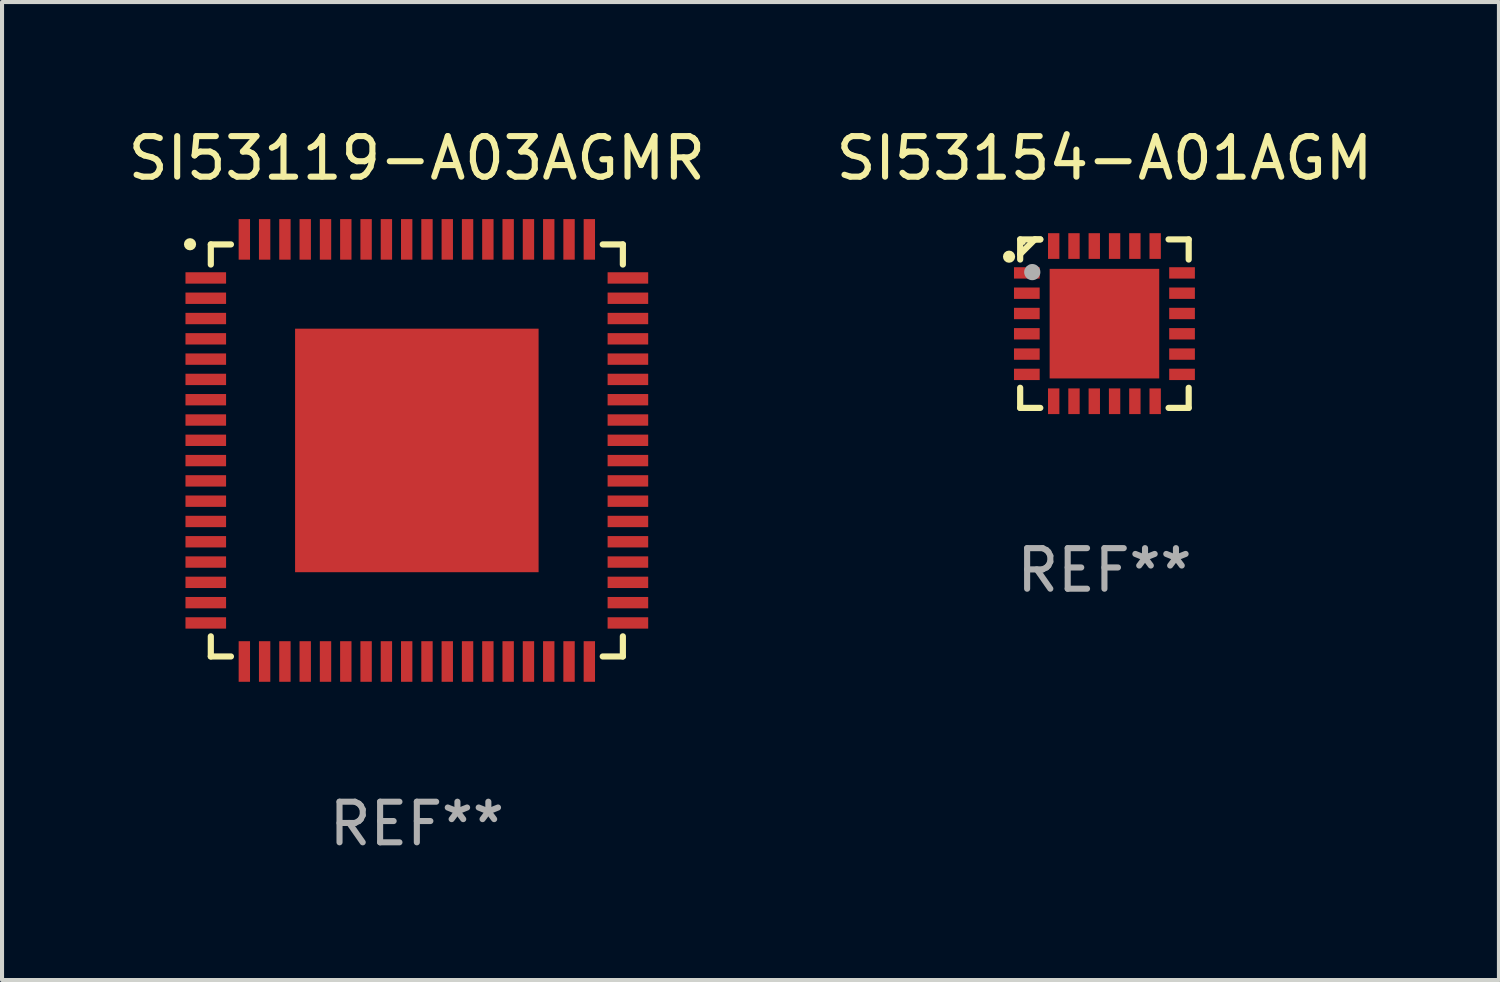
<source format=kicad_pcb>
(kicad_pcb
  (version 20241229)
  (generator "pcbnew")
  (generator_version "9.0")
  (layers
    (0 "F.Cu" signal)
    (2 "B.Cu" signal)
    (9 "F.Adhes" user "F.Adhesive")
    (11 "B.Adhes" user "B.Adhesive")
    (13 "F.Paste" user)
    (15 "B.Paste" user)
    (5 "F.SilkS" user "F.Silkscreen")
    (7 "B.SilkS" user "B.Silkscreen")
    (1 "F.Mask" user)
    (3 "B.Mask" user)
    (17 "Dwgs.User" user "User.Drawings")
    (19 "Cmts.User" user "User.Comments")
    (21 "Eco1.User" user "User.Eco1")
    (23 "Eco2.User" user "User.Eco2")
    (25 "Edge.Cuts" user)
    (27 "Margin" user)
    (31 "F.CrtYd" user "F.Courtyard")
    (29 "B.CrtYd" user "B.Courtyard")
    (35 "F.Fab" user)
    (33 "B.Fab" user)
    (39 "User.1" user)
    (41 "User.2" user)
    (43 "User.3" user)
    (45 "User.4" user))
  (footprint "SI53154-A01AGM"
    (layer "F.Cu")
    (at 24.161 4.924)
    (property "Reference" "SI53154-A01AGM" (at 0 -4.076 0) (layer "F.SilkS") (effects (font (size 1 1) (thickness 0.15))))
    (attr through_hole)
    (fp_line (start -2.076 -2.076) (end -2.076 -1.58) (stroke (width 0.152) (type solid)) (layer "F.SilkS"))
    (fp_line (start -2.076 2.076) (end -2.076 1.58) (stroke (width 0.152) (type solid)) (layer "F.SilkS"))
    (fp_line (start -1.713 -2.076) (end -2.076 -1.713) (stroke (width 0.152) (type solid)) (layer "F.SilkS"))
    (fp_line (start -1.58 -2.076) (end -2.076 -2.076) (stroke (width 0.152) (type solid)) (layer "F.SilkS"))
    (fp_line (start -1.58 -2.076) (end -1.713 -2.076) (stroke (width 0.152) (type solid)) (layer "F.SilkS"))
    (fp_line (start -1.58 2.076) (end -2.076 2.076) (stroke (width 0.152) (type solid)) (layer "F.SilkS"))
    (fp_line (start 1.58 -2.076) (end 2.076 -2.076) (stroke (width 0.152) (type solid)) (layer "F.SilkS"))
    (fp_line (start 1.58 2.076) (end 2.076 2.076) (stroke (width 0.152) (type solid)) (layer "F.SilkS"))
    (fp_line (start 2.076 -2.076) (end 2.076 -1.58) (stroke (width 0.152) (type solid)) (layer "F.SilkS"))
    (fp_line (start 2.076 2.076) (end 2.076 1.58) (stroke (width 0.152) (type solid)) (layer "F.SilkS"))
    (fp_circle (center -2.35 -1.65) (end -2.275 -1.65) (stroke (width 0.15) (type solid)) (fill no) (layer "F.SilkS"))
    (fp_circle (center -2 -2) (end -1.97 -2) (stroke (width 0.06) (type solid)) (fill no) (layer "F.SilkS"))
    (fp_circle (center -1.778 -1.27) (end -1.678 -1.27) (stroke (width 0.2) (type solid)) (fill no) (layer "F.Fab"))
    (fp_text user "REF**" (at 0 6.076 0) (layer "F.Fab") (effects (font (size 1 1) (thickness 0.15))))
    (pad "1" smd rect (at -1.912 -1.25) (size 0.633 0.28) (layers "F.Cu" "F.Mask" "F.Paste"))
    (pad "2" smd rect (at -1.912 -0.75) (size 0.633 0.28) (layers "F.Cu" "F.Mask" "F.Paste"))
    (pad "3" smd rect (at -1.912 -0.25) (size 0.633 0.28) (layers "F.Cu" "F.Mask" "F.Paste"))
    (pad "4" smd rect (at -1.912 0.25) (size 0.633 0.28) (layers "F.Cu" "F.Mask" "F.Paste"))
    (pad "5" smd rect (at -1.912 0.75) (size 0.633 0.28) (layers "F.Cu" "F.Mask" "F.Paste"))
    (pad "6" smd rect (at -1.912 1.25) (size 0.633 0.28) (layers "F.Cu" "F.Mask" "F.Paste"))
    (pad "7" smd rect (at -1.25 1.912) (size 0.28 0.633) (layers "F.Cu" "F.Mask" "F.Paste"))
    (pad "8" smd rect (at -0.75 1.912) (size 0.28 0.633) (layers "F.Cu" "F.Mask" "F.Paste"))
    (pad "9" smd rect (at -0.25 1.912) (size 0.28 0.633) (layers "F.Cu" "F.Mask" "F.Paste"))
    (pad "10" smd rect (at 0.25 1.912) (size 0.28 0.633) (layers "F.Cu" "F.Mask" "F.Paste"))
    (pad "11" smd rect (at 0.75 1.912) (size 0.28 0.633) (layers "F.Cu" "F.Mask" "F.Paste"))
    (pad "12" smd rect (at 1.25 1.912) (size 0.28 0.633) (layers "F.Cu" "F.Mask" "F.Paste"))
    (pad "13" smd rect (at 1.912 1.25) (size 0.633 0.28) (layers "F.Cu" "F.Mask" "F.Paste"))
    (pad "14" smd rect (at 1.912 0.75) (size 0.633 0.28) (layers "F.Cu" "F.Mask" "F.Paste"))
    (pad "15" smd rect (at 1.912 0.25) (size 0.633 0.28) (layers "F.Cu" "F.Mask" "F.Paste"))
    (pad "16" smd rect (at 1.912 -0.25) (size 0.633 0.28) (layers "F.Cu" "F.Mask" "F.Paste"))
    (pad "17" smd rect (at 1.912 -0.75) (size 0.633 0.28) (layers "F.Cu" "F.Mask" "F.Paste"))
    (pad "18" smd rect (at 1.912 -1.25) (size 0.633 0.28) (layers "F.Cu" "F.Mask" "F.Paste"))
    (pad "19" smd rect (at 1.25 -1.912) (size 0.28 0.633) (layers "F.Cu" "F.Mask" "F.Paste"))
    (pad "20" smd rect (at 0.75 -1.912) (size 0.28 0.633) (layers "F.Cu" "F.Mask" "F.Paste"))
    (pad "21" smd rect (at 0.25 -1.912) (size 0.28 0.633) (layers "F.Cu" "F.Mask" "F.Paste"))
    (pad "22" smd rect (at -0.25 -1.912) (size 0.28 0.633) (layers "F.Cu" "F.Mask" "F.Paste"))
    (pad "23" smd rect (at -0.75 -1.912) (size 0.28 0.633) (layers "F.Cu" "F.Mask" "F.Paste"))
    (pad "24" smd rect (at -1.25 -1.912) (size 0.28 0.633) (layers "F.Cu" "F.Mask" "F.Paste"))
    (pad "25" smd rect (at 0 0) (size 2.7 2.7) (layers "F.Cu" "F.Mask" "F.Paste")))
  (footprint "SI53119-A03AGMR"
    (layer "F.Cu")
    (at 7.22 8.048)
    (property "Reference" "SI53119-A03AGMR" (at 0 -7.2 0) (layer "F.SilkS") (effects (font (size 1 1) (thickness 0.15))))
    (attr through_hole)
    (fp_line (start -5.076 -5.076) (end -5.076 -4.58) (stroke (width 0.152) (type solid)) (layer "F.SilkS"))
    (fp_line (start -5.076 5.076) (end -5.076 4.58) (stroke (width 0.152) (type solid)) (layer "F.SilkS"))
    (fp_line (start -4.58 -5.076) (end -5.076 -5.076) (stroke (width 0.152) (type solid)) (layer "F.SilkS"))
    (fp_line (start -4.58 5.076) (end -5.076 5.076) (stroke (width 0.152) (type solid)) (layer "F.SilkS"))
    (fp_line (start 4.58 -5.076) (end 5.076 -5.076) (stroke (width 0.152) (type solid)) (layer "F.SilkS"))
    (fp_line (start 4.58 5.076) (end 5.076 5.076) (stroke (width 0.152) (type solid)) (layer "F.SilkS"))
    (fp_line (start 5.076 -5.076) (end 5.076 -4.58) (stroke (width 0.152) (type solid)) (layer "F.SilkS"))
    (fp_line (start 5.076 5.076) (end 5.076 4.58) (stroke (width 0.152) (type solid)) (layer "F.SilkS"))
    (fp_circle (center -5.588 -5.08) (end -5.513 -5.08) (stroke (width 0.15) (type solid)) (fill no) (layer "F.SilkS"))
    (fp_text user "REF**" (at 0 9.2 0) (layer "F.Fab") (effects (font (size 1 1) (thickness 0.15))))
    (pad "1" smd rect (at -5.2 -4.25 270) (size 0.28 1) (layers "F.Cu" "F.Mask" "F.Paste"))
    (pad "2" smd rect (at -5.2 -3.75 270) (size 0.28 1) (layers "F.Cu" "F.Mask" "F.Paste"))
    (pad "3" smd rect (at -5.2 -3.25 270) (size 0.28 1) (layers "F.Cu" "F.Mask" "F.Paste"))
    (pad "4" smd rect (at -5.2 -2.75 270) (size 0.28 1) (layers "F.Cu" "F.Mask" "F.Paste"))
    (pad "5" smd rect (at -5.2 -2.25 270) (size 0.28 1) (layers "F.Cu" "F.Mask" "F.Paste"))
    (pad "6" smd rect (at -5.2 -1.75 270) (size 0.28 1) (layers "F.Cu" "F.Mask" "F.Paste"))
    (pad "7" smd rect (at -5.2 -1.25 270) (size 0.28 1) (layers "F.Cu" "F.Mask" "F.Paste"))
    (pad "8" smd rect (at -5.2 -0.75 270) (size 0.28 1) (layers "F.Cu" "F.Mask" "F.Paste"))
    (pad "9" smd rect (at -5.2 -0.25 270) (size 0.28 1) (layers "F.Cu" "F.Mask" "F.Paste"))
    (pad "10" smd rect (at -5.2 0.25 270) (size 0.28 1) (layers "F.Cu" "F.Mask" "F.Paste"))
    (pad "11" smd rect (at -5.2 0.75 270) (size 0.28 1) (layers "F.Cu" "F.Mask" "F.Paste"))
    (pad "12" smd rect (at -5.2 1.25 270) (size 0.28 1) (layers "F.Cu" "F.Mask" "F.Paste"))
    (pad "13" smd rect (at -5.2 1.75 270) (size 0.28 1) (layers "F.Cu" "F.Mask" "F.Paste"))
    (pad "14" smd rect (at -5.2 2.25 270) (size 0.28 1) (layers "F.Cu" "F.Mask" "F.Paste"))
    (pad "15" smd rect (at -5.2 2.75 270) (size 0.28 1) (layers "F.Cu" "F.Mask" "F.Paste"))
    (pad "16" smd rect (at -5.2 3.25 270) (size 0.28 1) (layers "F.Cu" "F.Mask" "F.Paste"))
    (pad "17" smd rect (at -5.2 3.75 270) (size 0.28 1) (layers "F.Cu" "F.Mask" "F.Paste"))
    (pad "18" smd rect (at -5.2 4.25 270) (size 0.28 1) (layers "F.Cu" "F.Mask" "F.Paste"))
    (pad "19" smd rect (at -4.25 5.2 270) (size 1 0.28) (layers "F.Cu" "F.Mask" "F.Paste"))
    (pad "20" smd rect (at -3.75 5.2 270) (size 1 0.28) (layers "F.Cu" "F.Mask" "F.Paste"))
    (pad "21" smd rect (at -3.25 5.2 270) (size 1 0.28) (layers "F.Cu" "F.Mask" "F.Paste"))
    (pad "22" smd rect (at -2.75 5.2 270) (size 1 0.28) (layers "F.Cu" "F.Mask" "F.Paste"))
    (pad "23" smd rect (at -2.25 5.2 270) (size 1 0.28) (layers "F.Cu" "F.Mask" "F.Paste"))
    (pad "24" smd rect (at -1.75 5.2 270) (size 1 0.28) (layers "F.Cu" "F.Mask" "F.Paste"))
    (pad "25" smd rect (at -1.25 5.2 270) (size 1 0.28) (layers "F.Cu" "F.Mask" "F.Paste"))
    (pad "26" smd rect (at -0.75 5.2 270) (size 1 0.28) (layers "F.Cu" "F.Mask" "F.Paste"))
    (pad "27" smd rect (at -0.25 5.2 270) (size 1 0.28) (layers "F.Cu" "F.Mask" "F.Paste"))
    (pad "28" smd rect (at 0.25 5.2 270) (size 1 0.28) (layers "F.Cu" "F.Mask" "F.Paste"))
    (pad "29" smd rect (at 0.75 5.2 270) (size 1 0.28) (layers "F.Cu" "F.Mask" "F.Paste"))
    (pad "30" smd rect (at 1.25 5.2 270) (size 1 0.28) (layers "F.Cu" "F.Mask" "F.Paste"))
    (pad "31" smd rect (at 1.75 5.2 270) (size 1 0.28) (layers "F.Cu" "F.Mask" "F.Paste"))
    (pad "32" smd rect (at 2.25 5.2 270) (size 1 0.28) (layers "F.Cu" "F.Mask" "F.Paste"))
    (pad "33" smd rect (at 2.75 5.2 270) (size 1 0.28) (layers "F.Cu" "F.Mask" "F.Paste"))
    (pad "34" smd rect (at 3.25 5.2 270) (size 1 0.28) (layers "F.Cu" "F.Mask" "F.Paste"))
    (pad "35" smd rect (at 3.75 5.2 270) (size 1 0.28) (layers "F.Cu" "F.Mask" "F.Paste"))
    (pad "36" smd rect (at 4.25 5.2 270) (size 1 0.28) (layers "F.Cu" "F.Mask" "F.Paste"))
    (pad "37" smd rect (at 5.2 4.25 270) (size 0.28 1) (layers "F.Cu" "F.Mask" "F.Paste"))
    (pad "38" smd rect (at 5.2 3.75 270) (size 0.28 1) (layers "F.Cu" "F.Mask" "F.Paste"))
    (pad "39" smd rect (at 5.2 3.25 270) (size 0.28 1) (layers "F.Cu" "F.Mask" "F.Paste"))
    (pad "40" smd rect (at 5.2 2.75 270) (size 0.28 1) (layers "F.Cu" "F.Mask" "F.Paste"))
    (pad "41" smd rect (at 5.2 2.25 270) (size 0.28 1) (layers "F.Cu" "F.Mask" "F.Paste"))
    (pad "42" smd rect (at 5.2 1.75 270) (size 0.28 1) (layers "F.Cu" "F.Mask" "F.Paste"))
    (pad "43" smd rect (at 5.2 1.25 270) (size 0.28 1) (layers "F.Cu" "F.Mask" "F.Paste"))
    (pad "44" smd rect (at 5.2 0.75 270) (size 0.28 1) (layers "F.Cu" "F.Mask" "F.Paste"))
    (pad "45" smd rect (at 5.2 0.25 270) (size 0.28 1) (layers "F.Cu" "F.Mask" "F.Paste"))
    (pad "46" smd rect (at 5.2 -0.25 270) (size 0.28 1) (layers "F.Cu" "F.Mask" "F.Paste"))
    (pad "47" smd rect (at 5.2 -0.75 270) (size 0.28 1) (layers "F.Cu" "F.Mask" "F.Paste"))
    (pad "48" smd rect (at 5.2 -1.25 270) (size 0.28 1) (layers "F.Cu" "F.Mask" "F.Paste"))
    (pad "49" smd rect (at 5.2 -1.75 270) (size 0.28 1) (layers "F.Cu" "F.Mask" "F.Paste"))
    (pad "50" smd rect (at 5.2 -2.25 270) (size 0.28 1) (layers "F.Cu" "F.Mask" "F.Paste"))
    (pad "51" smd rect (at 5.2 -2.75 270) (size 0.28 1) (layers "F.Cu" "F.Mask" "F.Paste"))
    (pad "52" smd rect (at 5.2 -3.25 270) (size 0.28 1) (layers "F.Cu" "F.Mask" "F.Paste"))
    (pad "53" smd rect (at 5.2 -3.75 270) (size 0.28 1) (layers "F.Cu" "F.Mask" "F.Paste"))
    (pad "54" smd rect (at 5.2 -4.25 270) (size 0.28 1) (layers "F.Cu" "F.Mask" "F.Paste"))
    (pad "55" smd rect (at 4.25 -5.2 270) (size 1 0.28) (layers "F.Cu" "F.Mask" "F.Paste"))
    (pad "56" smd rect (at 3.75 -5.2 270) (size 1 0.28) (layers "F.Cu" "F.Mask" "F.Paste"))
    (pad "57" smd rect (at 3.25 -5.2 270) (size 1 0.28) (layers "F.Cu" "F.Mask" "F.Paste"))
    (pad "58" smd rect (at 2.75 -5.2 270) (size 1 0.28) (layers "F.Cu" "F.Mask" "F.Paste"))
    (pad "59" smd rect (at 2.25 -5.2 270) (size 1 0.28) (layers "F.Cu" "F.Mask" "F.Paste"))
    (pad "60" smd rect (at 1.75 -5.2 270) (size 1 0.28) (layers "F.Cu" "F.Mask" "F.Paste"))
    (pad "61" smd rect (at 1.25 -5.2 270) (size 1 0.28) (layers "F.Cu" "F.Mask" "F.Paste"))
    (pad "62" smd rect (at 0.75 -5.2 270) (size 1 0.28) (layers "F.Cu" "F.Mask" "F.Paste"))
    (pad "63" smd rect (at 0.25 -5.2 270) (size 1 0.28) (layers "F.Cu" "F.Mask" "F.Paste"))
    (pad "64" smd rect (at -0.25 -5.2 270) (size 1 0.28) (layers "F.Cu" "F.Mask" "F.Paste"))
    (pad "65" smd rect (at -0.75 -5.2 270) (size 1 0.28) (layers "F.Cu" "F.Mask" "F.Paste"))
    (pad "66" smd rect (at -1.25 -5.2 270) (size 1 0.28) (layers "F.Cu" "F.Mask" "F.Paste"))
    (pad "67" smd rect (at -1.75 -5.2 270) (size 1 0.28) (layers "F.Cu" "F.Mask" "F.Paste"))
    (pad "68" smd rect (at -2.25 -5.2 270) (size 1 0.28) (layers "F.Cu" "F.Mask" "F.Paste"))
    (pad "69" smd rect (at -2.75 -5.2 270) (size 1 0.28) (layers "F.Cu" "F.Mask" "F.Paste"))
    (pad "70" smd rect (at -3.25 -5.2 270) (size 1 0.28) (layers "F.Cu" "F.Mask" "F.Paste"))
    (pad "71" smd rect (at -3.75 -5.2 270) (size 1 0.28) (layers "F.Cu" "F.Mask" "F.Paste"))
    (pad "72" smd rect (at -4.25 -5.2 270) (size 1 0.28) (layers "F.Cu" "F.Mask" "F.Paste"))
    (pad "73" smd rect (at 0.000025 -0.000076 270) (size 6 6) (layers "F.Cu" "F.Mask" "F.Paste")))
  (gr_rect
    (start -3 -3)
    (end 33.881 21.096)
    (stroke (width 0.1) (type default))
    (fill no)
    (layer "Edge.Cuts")))
</source>
